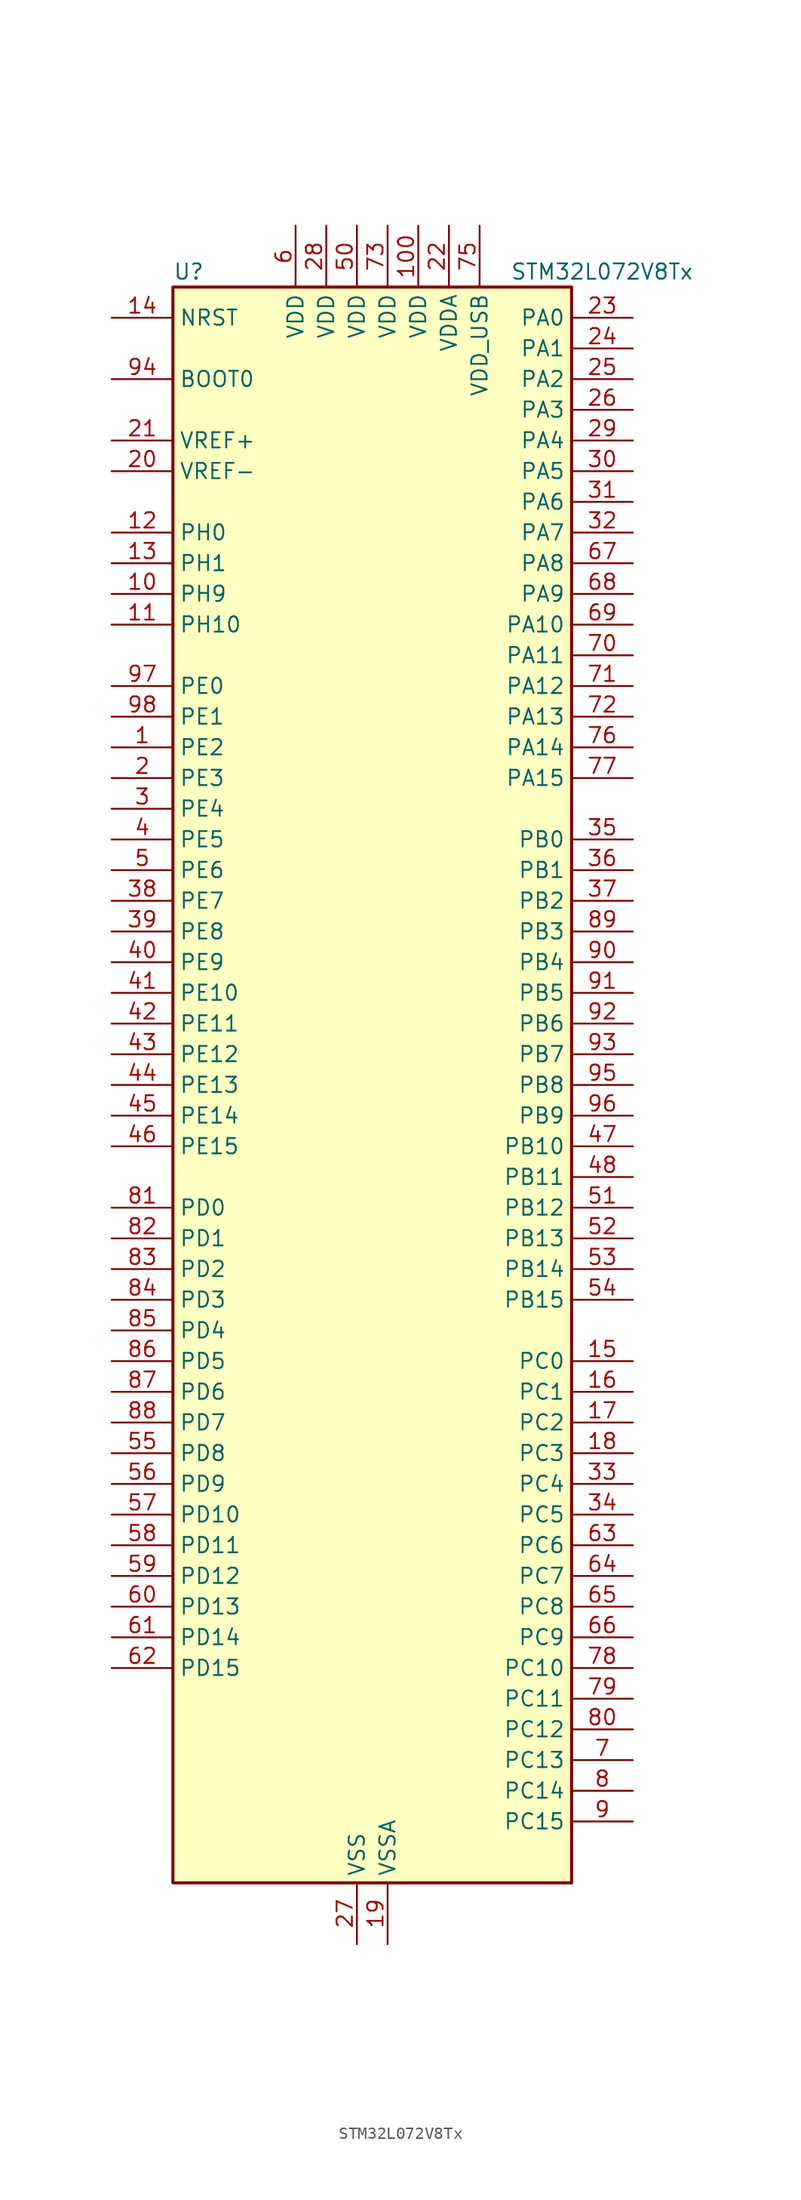
<source format=kicad_sym>
(kicad_symbol_lib
  (version 20231120)
  (generator "kicad_symbol_editor")
  (generator_version "8.0")
  (symbol "STM32L072V8Tx"
    (property "Reference" "U"
      (at -15.24 67.31 0)
      (effects (font (size 1.27 1.27)) (justify left)))
    (property "Value" "STM32L072V8Tx"
      (at 12.7 67.31 0)
      (effects (font (size 1.27 1.27)) (justify left)))
    (property "ki_locked" ""
      (at 0 0 0)
      (effects (font (size 1.27 1.27))))
    (symbol "STM32L072V8Tx_0_1"
      (rectangle (start -15.24 -66.04) (end 17.78 66.04) (stroke (width 0.254) (type default)) (fill (type background))))
    (symbol "STM32L072V8Tx_1_1"
      (pin bidirectional line (at -20.32 27.94 0) (length 5.08) (name "PE2" (effects (font (size 1.27 1.27)))) (number "1" (effects (font (size 1.27 1.27)))) (alternate "TIM3_ETR" bidirectional line))
      (pin bidirectional line (at -20.32 40.64 0) (length 5.08) (name "PH9" (effects (font (size 1.27 1.27)))) (number "10" (effects (font (size 1.27 1.27)))) (alternate "DAC_EXTI9" bidirectional line))
      (pin power_in line (at 5.08 71.12 270) (length 5.08) (name "VDD" (effects (font (size 1.27 1.27)))) (number "100" (effects (font (size 1.27 1.27)))))
      (pin bidirectional line (at -20.32 38.1 0) (length 5.08) (name "PH10" (effects (font (size 1.27 1.27)))) (number "11" (effects (font (size 1.27 1.27)))))
      (pin bidirectional line (at -20.32 45.72 0) (length 5.08) (name "PH0" (effects (font (size 1.27 1.27)))) (number "12" (effects (font (size 1.27 1.27)))) (alternate "CRS_SYNC" bidirectional line) (alternate "RCC_OSC_IN" bidirectional line))
      (pin bidirectional line (at -20.32 43.18 0) (length 5.08) (name "PH1" (effects (font (size 1.27 1.27)))) (number "13" (effects (font (size 1.27 1.27)))) (alternate "RCC_OSC_OUT" bidirectional line))
      (pin input line (at -20.32 63.5 0) (length 5.08) (name "NRST" (effects (font (size 1.27 1.27)))) (number "14" (effects (font (size 1.27 1.27)))))
      (pin bidirectional line (at 22.86 -22.86 180) (length 5.08) (name "PC0" (effects (font (size 1.27 1.27)))) (number "15" (effects (font (size 1.27 1.27)))) (alternate "ADC_IN10" bidirectional line) (alternate "I2C3_SCL" bidirectional line) (alternate "LPTIM1_IN1" bidirectional line) (alternate "LPUART1_RX" bidirectional line) (alternate "TSC_G7_IO1" bidirectional line))
      (pin bidirectional line (at 22.86 -25.4 180) (length 5.08) (name "PC1" (effects (font (size 1.27 1.27)))) (number "16" (effects (font (size 1.27 1.27)))) (alternate "ADC_IN11" bidirectional line) (alternate "I2C3_SDA" bidirectional line) (alternate "LPTIM1_OUT" bidirectional line) (alternate "LPUART1_TX" bidirectional line) (alternate "TSC_G7_IO2" bidirectional line))
      (pin bidirectional line (at 22.86 -27.94 180) (length 5.08) (name "PC2" (effects (font (size 1.27 1.27)))) (number "17" (effects (font (size 1.27 1.27)))) (alternate "ADC_IN12" bidirectional line) (alternate "I2S2_MCK" bidirectional line) (alternate "LPTIM1_IN2" bidirectional line) (alternate "SPI2_MISO" bidirectional line) (alternate "TSC_G7_IO3" bidirectional line))
      (pin bidirectional line (at 22.86 -30.48 180) (length 5.08) (name "PC3" (effects (font (size 1.27 1.27)))) (number "18" (effects (font (size 1.27 1.27)))) (alternate "ADC_IN13" bidirectional line) (alternate "I2S2_SD" bidirectional line) (alternate "LPTIM1_ETR" bidirectional line) (alternate "SPI2_MOSI" bidirectional line) (alternate "TSC_G7_IO4" bidirectional line))
      (pin power_in line (at 2.54 -71.12 90) (length 5.08) (name "VSSA" (effects (font (size 1.27 1.27)))) (number "19" (effects (font (size 1.27 1.27)))))
      (pin bidirectional line (at -20.32 25.4 0) (length 5.08) (name "PE3" (effects (font (size 1.27 1.27)))) (number "2" (effects (font (size 1.27 1.27)))) (alternate "TIM22_CH1" bidirectional line) (alternate "TIM3_CH1" bidirectional line))
      (pin input line (at -20.32 50.8 0) (length 5.08) (name "VREF-" (effects (font (size 1.27 1.27)))) (number "20" (effects (font (size 1.27 1.27)))))
      (pin input line (at -20.32 53.34 0) (length 5.08) (name "VREF+" (effects (font (size 1.27 1.27)))) (number "21" (effects (font (size 1.27 1.27)))))
      (pin power_in line (at 7.62 71.12 270) (length 5.08) (name "VDDA" (effects (font (size 1.27 1.27)))) (number "22" (effects (font (size 1.27 1.27)))))
      (pin bidirectional line (at 22.86 63.5 180) (length 5.08) (name "PA0" (effects (font (size 1.27 1.27)))) (number "23" (effects (font (size 1.27 1.27)))) (alternate "ADC_IN0" bidirectional line) (alternate "COMP1_INM" bidirectional line) (alternate "COMP1_OUT" bidirectional line) (alternate "RTC_TAMP2" bidirectional line) (alternate "SYS_WKUP1" bidirectional line) (alternate "TIM2_CH1" bidirectional line) (alternate "TIM2_ETR" bidirectional line) (alternate "TSC_G1_IO1" bidirectional line) (alternate "USART2_CTS" bidirectional line) (alternate "USART4_TX" bidirectional line))
      (pin bidirectional line (at 22.86 60.96 180) (length 5.08) (name "PA1" (effects (font (size 1.27 1.27)))) (number "24" (effects (font (size 1.27 1.27)))) (alternate "ADC_IN1" bidirectional line) (alternate "COMP1_INP" bidirectional line) (alternate "TIM21_ETR" bidirectional line) (alternate "TIM2_CH2" bidirectional line) (alternate "TSC_G1_IO2" bidirectional line) (alternate "USART2_DE" bidirectional line) (alternate "USART2_RTS" bidirectional line) (alternate "USART4_RX" bidirectional line))
      (pin bidirectional line (at 22.86 58.42 180) (length 5.08) (name "PA2" (effects (font (size 1.27 1.27)))) (number "25" (effects (font (size 1.27 1.27)))) (alternate "ADC_IN2" bidirectional line) (alternate "COMP2_INM" bidirectional line) (alternate "COMP2_OUT" bidirectional line) (alternate "LPUART1_TX" bidirectional line) (alternate "TIM21_CH1" bidirectional line) (alternate "TIM2_CH3" bidirectional line) (alternate "TSC_G1_IO3" bidirectional line) (alternate "USART2_TX" bidirectional line))
      (pin bidirectional line (at 22.86 55.88 180) (length 5.08) (name "PA3" (effects (font (size 1.27 1.27)))) (number "26" (effects (font (size 1.27 1.27)))) (alternate "ADC_IN3" bidirectional line) (alternate "COMP2_INP" bidirectional line) (alternate "LPUART1_RX" bidirectional line) (alternate "TIM21_CH2" bidirectional line) (alternate "TIM2_CH4" bidirectional line) (alternate "TSC_G1_IO4" bidirectional line) (alternate "USART2_RX" bidirectional line))
      (pin power_in line (at 0 -71.12 90) (length 5.08) (name "VSS" (effects (font (size 1.27 1.27)))) (number "27" (effects (font (size 1.27 1.27)))))
      (pin power_in line (at -2.54 71.12 270) (length 5.08) (name "VDD" (effects (font (size 1.27 1.27)))) (number "28" (effects (font (size 1.27 1.27)))))
      (pin bidirectional line (at 22.86 53.34 180) (length 5.08) (name "PA4" (effects (font (size 1.27 1.27)))) (number "29" (effects (font (size 1.27 1.27)))) (alternate "ADC_IN4" bidirectional line) (alternate "COMP1_INM" bidirectional line) (alternate "COMP2_INM" bidirectional line) (alternate "DAC_OUT1" bidirectional line) (alternate "SPI1_NSS" bidirectional line) (alternate "TIM22_ETR" bidirectional line) (alternate "TSC_G2_IO1" bidirectional line) (alternate "USART2_CK" bidirectional line))
      (pin bidirectional line (at -20.32 22.86 0) (length 5.08) (name "PE4" (effects (font (size 1.27 1.27)))) (number "3" (effects (font (size 1.27 1.27)))) (alternate "TIM22_CH2" bidirectional line) (alternate "TIM3_CH2" bidirectional line))
      (pin bidirectional line (at 22.86 50.8 180) (length 5.08) (name "PA5" (effects (font (size 1.27 1.27)))) (number "30" (effects (font (size 1.27 1.27)))) (alternate "ADC_IN5" bidirectional line) (alternate "COMP1_INM" bidirectional line) (alternate "COMP2_INM" bidirectional line) (alternate "DAC_OUT2" bidirectional line) (alternate "SPI1_SCK" bidirectional line) (alternate "TIM2_CH1" bidirectional line) (alternate "TIM2_ETR" bidirectional line) (alternate "TSC_G2_IO2" bidirectional line))
      (pin bidirectional line (at 22.86 48.26 180) (length 5.08) (name "PA6" (effects (font (size 1.27 1.27)))) (number "31" (effects (font (size 1.27 1.27)))) (alternate "ADC_IN6" bidirectional line) (alternate "COMP1_OUT" bidirectional line) (alternate "LPUART1_CTS" bidirectional line) (alternate "SPI1_MISO" bidirectional line) (alternate "TIM22_CH1" bidirectional line) (alternate "TIM3_CH1" bidirectional line) (alternate "TSC_G2_IO3" bidirectional line))
      (pin bidirectional line (at 22.86 45.72 180) (length 5.08) (name "PA7" (effects (font (size 1.27 1.27)))) (number "32" (effects (font (size 1.27 1.27)))) (alternate "ADC_IN7" bidirectional line) (alternate "COMP2_OUT" bidirectional line) (alternate "SPI1_MOSI" bidirectional line) (alternate "TIM22_CH2" bidirectional line) (alternate "TIM3_CH2" bidirectional line) (alternate "TSC_G2_IO4" bidirectional line))
      (pin bidirectional line (at 22.86 -33.02 180) (length 5.08) (name "PC4" (effects (font (size 1.27 1.27)))) (number "33" (effects (font (size 1.27 1.27)))) (alternate "ADC_IN14" bidirectional line) (alternate "LPUART1_TX" bidirectional line))
      (pin bidirectional line (at 22.86 -35.56 180) (length 5.08) (name "PC5" (effects (font (size 1.27 1.27)))) (number "34" (effects (font (size 1.27 1.27)))) (alternate "ADC_IN15" bidirectional line) (alternate "LPUART1_RX" bidirectional line) (alternate "TSC_G3_IO1" bidirectional line))
      (pin bidirectional line (at 22.86 20.32 180) (length 5.08) (name "PB0" (effects (font (size 1.27 1.27)))) (number "35" (effects (font (size 1.27 1.27)))) (alternate "ADC_IN8" bidirectional line) (alternate "SYS_VREF_OUT_PB0" bidirectional line) (alternate "TIM3_CH3" bidirectional line) (alternate "TSC_G3_IO2" bidirectional line))
      (pin bidirectional line (at 22.86 17.78 180) (length 5.08) (name "PB1" (effects (font (size 1.27 1.27)))) (number "36" (effects (font (size 1.27 1.27)))) (alternate "ADC_IN9" bidirectional line) (alternate "LPUART1_DE" bidirectional line) (alternate "LPUART1_RTS" bidirectional line) (alternate "SYS_VREF_OUT_PB1" bidirectional line) (alternate "TIM3_CH4" bidirectional line) (alternate "TSC_G3_IO3" bidirectional line))
      (pin bidirectional line (at 22.86 15.24 180) (length 5.08) (name "PB2" (effects (font (size 1.27 1.27)))) (number "37" (effects (font (size 1.27 1.27)))) (alternate "I2C3_SMBA" bidirectional line) (alternate "LPTIM1_OUT" bidirectional line) (alternate "TSC_G3_IO4" bidirectional line))
      (pin bidirectional line (at -20.32 15.24 0) (length 5.08) (name "PE7" (effects (font (size 1.27 1.27)))) (number "38" (effects (font (size 1.27 1.27)))) (alternate "USART5_CK" bidirectional line) (alternate "USART5_DE" bidirectional line) (alternate "USART5_RTS" bidirectional line))
      (pin bidirectional line (at -20.32 12.7 0) (length 5.08) (name "PE8" (effects (font (size 1.27 1.27)))) (number "39" (effects (font (size 1.27 1.27)))) (alternate "USART4_TX" bidirectional line))
      (pin bidirectional line (at -20.32 20.32 0) (length 5.08) (name "PE5" (effects (font (size 1.27 1.27)))) (number "4" (effects (font (size 1.27 1.27)))) (alternate "TIM21_CH1" bidirectional line) (alternate "TIM3_CH3" bidirectional line))
      (pin bidirectional line (at -20.32 10.16 0) (length 5.08) (name "PE9" (effects (font (size 1.27 1.27)))) (number "40" (effects (font (size 1.27 1.27)))) (alternate "DAC_EXTI9" bidirectional line) (alternate "TIM2_CH1" bidirectional line) (alternate "TIM2_ETR" bidirectional line) (alternate "USART4_RX" bidirectional line))
      (pin bidirectional line (at -20.32 7.62 0) (length 5.08) (name "PE10" (effects (font (size 1.27 1.27)))) (number "41" (effects (font (size 1.27 1.27)))) (alternate "TIM2_CH2" bidirectional line) (alternate "USART5_TX" bidirectional line))
      (pin bidirectional line (at -20.32 5.08 0) (length 5.08) (name "PE11" (effects (font (size 1.27 1.27)))) (number "42" (effects (font (size 1.27 1.27)))) (alternate "ADC_EXTI11" bidirectional line) (alternate "TIM2_CH3" bidirectional line) (alternate "USART5_RX" bidirectional line))
      (pin bidirectional line (at -20.32 2.54 0) (length 5.08) (name "PE12" (effects (font (size 1.27 1.27)))) (number "43" (effects (font (size 1.27 1.27)))) (alternate "SPI1_NSS" bidirectional line) (alternate "TIM2_CH4" bidirectional line))
      (pin bidirectional line (at -20.32 0 0) (length 5.08) (name "PE13" (effects (font (size 1.27 1.27)))) (number "44" (effects (font (size 1.27 1.27)))) (alternate "SPI1_SCK" bidirectional line))
      (pin bidirectional line (at -20.32 -2.54 0) (length 5.08) (name "PE14" (effects (font (size 1.27 1.27)))) (number "45" (effects (font (size 1.27 1.27)))) (alternate "SPI1_MISO" bidirectional line))
      (pin bidirectional line (at -20.32 -5.08 0) (length 5.08) (name "PE15" (effects (font (size 1.27 1.27)))) (number "46" (effects (font (size 1.27 1.27)))) (alternate "SPI1_MOSI" bidirectional line))
      (pin bidirectional line (at 22.86 -5.08 180) (length 5.08) (name "PB10" (effects (font (size 1.27 1.27)))) (number "47" (effects (font (size 1.27 1.27)))) (alternate "I2C2_SCL" bidirectional line) (alternate "LPUART1_RX" bidirectional line) (alternate "LPUART1_TX" bidirectional line) (alternate "SPI2_SCK" bidirectional line) (alternate "TIM2_CH3" bidirectional line) (alternate "TSC_SYNC" bidirectional line))
      (pin bidirectional line (at 22.86 -7.62 180) (length 5.08) (name "PB11" (effects (font (size 1.27 1.27)))) (number "48" (effects (font (size 1.27 1.27)))) (alternate "ADC_EXTI11" bidirectional line) (alternate "I2C2_SDA" bidirectional line) (alternate "LPUART1_RX" bidirectional line) (alternate "LPUART1_TX" bidirectional line) (alternate "TIM2_CH4" bidirectional line) (alternate "TSC_G6_IO1" bidirectional line))
      (pin passive line (at 0 -71.12 90) (length 5.08) hide (name "VSS" (effects (font (size 1.27 1.27)))) (number "49" (effects (font (size 1.27 1.27)))))
      (pin bidirectional line (at -20.32 17.78 0) (length 5.08) (name "PE6" (effects (font (size 1.27 1.27)))) (number "5" (effects (font (size 1.27 1.27)))) (alternate "RTC_TAMP3" bidirectional line) (alternate "SYS_WKUP3" bidirectional line) (alternate "TIM21_CH2" bidirectional line) (alternate "TIM3_CH4" bidirectional line))
      (pin power_in line (at 0 71.12 270) (length 5.08) (name "VDD" (effects (font (size 1.27 1.27)))) (number "50" (effects (font (size 1.27 1.27)))))
      (pin bidirectional line (at 22.86 -10.16 180) (length 5.08) (name "PB12" (effects (font (size 1.27 1.27)))) (number "51" (effects (font (size 1.27 1.27)))) (alternate "I2S2_WS" bidirectional line) (alternate "LPUART1_DE" bidirectional line) (alternate "LPUART1_RTS" bidirectional line) (alternate "SPI2_NSS" bidirectional line) (alternate "TSC_G6_IO2" bidirectional line))
      (pin bidirectional line (at 22.86 -12.7 180) (length 5.08) (name "PB13" (effects (font (size 1.27 1.27)))) (number "52" (effects (font (size 1.27 1.27)))) (alternate "I2C2_SCL" bidirectional line) (alternate "I2S2_CK" bidirectional line) (alternate "LPUART1_CTS" bidirectional line) (alternate "RCC_MCO" bidirectional line) (alternate "SPI2_SCK" bidirectional line) (alternate "TIM21_CH1" bidirectional line) (alternate "TSC_G6_IO3" bidirectional line))
      (pin bidirectional line (at 22.86 -15.24 180) (length 5.08) (name "PB14" (effects (font (size 1.27 1.27)))) (number "53" (effects (font (size 1.27 1.27)))) (alternate "I2C2_SDA" bidirectional line) (alternate "I2S2_MCK" bidirectional line) (alternate "LPUART1_DE" bidirectional line) (alternate "LPUART1_RTS" bidirectional line) (alternate "RTC_OUT_ALARM" bidirectional line) (alternate "RTC_OUT_CALIB" bidirectional line) (alternate "SPI2_MISO" bidirectional line) (alternate "TIM21_CH2" bidirectional line) (alternate "TSC_G6_IO4" bidirectional line))
      (pin bidirectional line (at 22.86 -17.78 180) (length 5.08) (name "PB15" (effects (font (size 1.27 1.27)))) (number "54" (effects (font (size 1.27 1.27)))) (alternate "I2S2_SD" bidirectional line) (alternate "RTC_REFIN" bidirectional line) (alternate "SPI2_MOSI" bidirectional line))
      (pin bidirectional line (at -20.32 -30.48 0) (length 5.08) (name "PD8" (effects (font (size 1.27 1.27)))) (number "55" (effects (font (size 1.27 1.27)))) (alternate "LPUART1_TX" bidirectional line))
      (pin bidirectional line (at -20.32 -33.02 0) (length 5.08) (name "PD9" (effects (font (size 1.27 1.27)))) (number "56" (effects (font (size 1.27 1.27)))) (alternate "DAC_EXTI9" bidirectional line) (alternate "LPUART1_RX" bidirectional line))
      (pin bidirectional line (at -20.32 -35.56 0) (length 5.08) (name "PD10" (effects (font (size 1.27 1.27)))) (number "57" (effects (font (size 1.27 1.27)))))
      (pin bidirectional line (at -20.32 -38.1 0) (length 5.08) (name "PD11" (effects (font (size 1.27 1.27)))) (number "58" (effects (font (size 1.27 1.27)))) (alternate "ADC_EXTI11" bidirectional line) (alternate "LPUART1_CTS" bidirectional line))
      (pin bidirectional line (at -20.32 -40.64 0) (length 5.08) (name "PD12" (effects (font (size 1.27 1.27)))) (number "59" (effects (font (size 1.27 1.27)))) (alternate "LPUART1_DE" bidirectional line) (alternate "LPUART1_RTS" bidirectional line))
      (pin power_in line (at -5.08 71.12 270) (length 5.08) (name "VDD" (effects (font (size 1.27 1.27)))) (number "6" (effects (font (size 1.27 1.27)))))
      (pin bidirectional line (at -20.32 -43.18 0) (length 5.08) (name "PD13" (effects (font (size 1.27 1.27)))) (number "60" (effects (font (size 1.27 1.27)))))
      (pin bidirectional line (at -20.32 -45.72 0) (length 5.08) (name "PD14" (effects (font (size 1.27 1.27)))) (number "61" (effects (font (size 1.27 1.27)))))
      (pin bidirectional line (at -20.32 -48.26 0) (length 5.08) (name "PD15" (effects (font (size 1.27 1.27)))) (number "62" (effects (font (size 1.27 1.27)))) (alternate "CRS_SYNC" bidirectional line))
      (pin bidirectional line (at 22.86 -38.1 180) (length 5.08) (name "PC6" (effects (font (size 1.27 1.27)))) (number "63" (effects (font (size 1.27 1.27)))) (alternate "TIM22_CH1" bidirectional line) (alternate "TIM3_CH1" bidirectional line) (alternate "TSC_G8_IO1" bidirectional line))
      (pin bidirectional line (at 22.86 -40.64 180) (length 5.08) (name "PC7" (effects (font (size 1.27 1.27)))) (number "64" (effects (font (size 1.27 1.27)))) (alternate "TIM22_CH2" bidirectional line) (alternate "TIM3_CH2" bidirectional line) (alternate "TSC_G8_IO2" bidirectional line))
      (pin bidirectional line (at 22.86 -43.18 180) (length 5.08) (name "PC8" (effects (font (size 1.27 1.27)))) (number "65" (effects (font (size 1.27 1.27)))) (alternate "TIM22_ETR" bidirectional line) (alternate "TIM3_CH3" bidirectional line) (alternate "TSC_G8_IO3" bidirectional line))
      (pin bidirectional line (at 22.86 -45.72 180) (length 5.08) (name "PC9" (effects (font (size 1.27 1.27)))) (number "66" (effects (font (size 1.27 1.27)))) (alternate "DAC_EXTI9" bidirectional line) (alternate "I2C3_SDA" bidirectional line) (alternate "TIM21_ETR" bidirectional line) (alternate "TIM3_CH4" bidirectional line) (alternate "TSC_G8_IO4" bidirectional line) (alternate "USB_NOE" bidirectional line))
      (pin bidirectional line (at 22.86 43.18 180) (length 5.08) (name "PA8" (effects (font (size 1.27 1.27)))) (number "67" (effects (font (size 1.27 1.27)))) (alternate "CRS_SYNC" bidirectional line) (alternate "I2C3_SCL" bidirectional line) (alternate "RCC_MCO" bidirectional line) (alternate "USART1_CK" bidirectional line))
      (pin bidirectional line (at 22.86 40.64 180) (length 5.08) (name "PA9" (effects (font (size 1.27 1.27)))) (number "68" (effects (font (size 1.27 1.27)))) (alternate "DAC_EXTI9" bidirectional line) (alternate "I2C1_SCL" bidirectional line) (alternate "I2C3_SMBA" bidirectional line) (alternate "RCC_MCO" bidirectional line) (alternate "TSC_G4_IO1" bidirectional line) (alternate "USART1_TX" bidirectional line))
      (pin bidirectional line (at 22.86 38.1 180) (length 5.08) (name "PA10" (effects (font (size 1.27 1.27)))) (number "69" (effects (font (size 1.27 1.27)))) (alternate "I2C1_SDA" bidirectional line) (alternate "TSC_G4_IO2" bidirectional line) (alternate "USART1_RX" bidirectional line))
      (pin bidirectional line (at 22.86 -55.88 180) (length 5.08) (name "PC13" (effects (font (size 1.27 1.27)))) (number "7" (effects (font (size 1.27 1.27)))) (alternate "RTC_OUT_ALARM" bidirectional line) (alternate "RTC_OUT_CALIB" bidirectional line) (alternate "RTC_TAMP1" bidirectional line) (alternate "RTC_TS" bidirectional line) (alternate "SYS_WKUP2" bidirectional line))
      (pin bidirectional line (at 22.86 35.56 180) (length 5.08) (name "PA11" (effects (font (size 1.27 1.27)))) (number "70" (effects (font (size 1.27 1.27)))) (alternate "ADC_EXTI11" bidirectional line) (alternate "COMP1_OUT" bidirectional line) (alternate "SPI1_MISO" bidirectional line) (alternate "TSC_G4_IO3" bidirectional line) (alternate "USART1_CTS" bidirectional line) (alternate "USB_DM" bidirectional line))
      (pin bidirectional line (at 22.86 33.02 180) (length 5.08) (name "PA12" (effects (font (size 1.27 1.27)))) (number "71" (effects (font (size 1.27 1.27)))) (alternate "COMP2_OUT" bidirectional line) (alternate "SPI1_MOSI" bidirectional line) (alternate "TSC_G4_IO4" bidirectional line) (alternate "USART1_DE" bidirectional line) (alternate "USART1_RTS" bidirectional line) (alternate "USB_DP" bidirectional line))
      (pin bidirectional line (at 22.86 30.48 180) (length 5.08) (name "PA13" (effects (font (size 1.27 1.27)))) (number "72" (effects (font (size 1.27 1.27)))) (alternate "LPUART1_RX" bidirectional line) (alternate "SYS_SWDIO" bidirectional line) (alternate "USB_NOE" bidirectional line))
      (pin power_in line (at 2.54 71.12 270) (length 5.08) (name "VDD" (effects (font (size 1.27 1.27)))) (number "73" (effects (font (size 1.27 1.27)))))
      (pin passive line (at 0 -71.12 90) (length 5.08) hide (name "VSS" (effects (font (size 1.27 1.27)))) (number "74" (effects (font (size 1.27 1.27)))))
      (pin power_in line (at 10.16 71.12 270) (length 5.08) (name "VDD_USB" (effects (font (size 1.27 1.27)))) (number "75" (effects (font (size 1.27 1.27)))))
      (pin bidirectional line (at 22.86 27.94 180) (length 5.08) (name "PA14" (effects (font (size 1.27 1.27)))) (number "76" (effects (font (size 1.27 1.27)))) (alternate "LPUART1_TX" bidirectional line) (alternate "SYS_SWCLK" bidirectional line) (alternate "USART2_TX" bidirectional line))
      (pin bidirectional line (at 22.86 25.4 180) (length 5.08) (name "PA15" (effects (font (size 1.27 1.27)))) (number "77" (effects (font (size 1.27 1.27)))) (alternate "SPI1_NSS" bidirectional line) (alternate "TIM2_CH1" bidirectional line) (alternate "TIM2_ETR" bidirectional line) (alternate "USART2_RX" bidirectional line) (alternate "USART4_DE" bidirectional line) (alternate "USART4_RTS" bidirectional line))
      (pin bidirectional line (at 22.86 -48.26 180) (length 5.08) (name "PC10" (effects (font (size 1.27 1.27)))) (number "78" (effects (font (size 1.27 1.27)))) (alternate "LPUART1_TX" bidirectional line) (alternate "USART4_TX" bidirectional line))
      (pin bidirectional line (at 22.86 -50.8 180) (length 5.08) (name "PC11" (effects (font (size 1.27 1.27)))) (number "79" (effects (font (size 1.27 1.27)))) (alternate "ADC_EXTI11" bidirectional line) (alternate "LPUART1_RX" bidirectional line) (alternate "USART4_RX" bidirectional line))
      (pin bidirectional line (at 22.86 -58.42 180) (length 5.08) (name "PC14" (effects (font (size 1.27 1.27)))) (number "8" (effects (font (size 1.27 1.27)))) (alternate "RCC_OSC32_IN" bidirectional line))
      (pin bidirectional line (at 22.86 -53.34 180) (length 5.08) (name "PC12" (effects (font (size 1.27 1.27)))) (number "80" (effects (font (size 1.27 1.27)))) (alternate "USART4_CK" bidirectional line) (alternate "USART5_TX" bidirectional line))
      (pin bidirectional line (at -20.32 -10.16 0) (length 5.08) (name "PD0" (effects (font (size 1.27 1.27)))) (number "81" (effects (font (size 1.27 1.27)))) (alternate "I2S2_WS" bidirectional line) (alternate "SPI2_NSS" bidirectional line) (alternate "TIM21_CH1" bidirectional line))
      (pin bidirectional line (at -20.32 -12.7 0) (length 5.08) (name "PD1" (effects (font (size 1.27 1.27)))) (number "82" (effects (font (size 1.27 1.27)))) (alternate "I2S2_CK" bidirectional line) (alternate "SPI2_SCK" bidirectional line))
      (pin bidirectional line (at -20.32 -15.24 0) (length 5.08) (name "PD2" (effects (font (size 1.27 1.27)))) (number "83" (effects (font (size 1.27 1.27)))) (alternate "LPUART1_DE" bidirectional line) (alternate "LPUART1_RTS" bidirectional line) (alternate "TIM3_ETR" bidirectional line) (alternate "USART5_RX" bidirectional line))
      (pin bidirectional line (at -20.32 -17.78 0) (length 5.08) (name "PD3" (effects (font (size 1.27 1.27)))) (number "84" (effects (font (size 1.27 1.27)))) (alternate "I2S2_MCK" bidirectional line) (alternate "SPI2_MISO" bidirectional line) (alternate "USART2_CTS" bidirectional line))
      (pin bidirectional line (at -20.32 -20.32 0) (length 5.08) (name "PD4" (effects (font (size 1.27 1.27)))) (number "85" (effects (font (size 1.27 1.27)))) (alternate "I2S2_SD" bidirectional line) (alternate "SPI2_MOSI" bidirectional line) (alternate "USART2_DE" bidirectional line) (alternate "USART2_RTS" bidirectional line))
      (pin bidirectional line (at -20.32 -22.86 0) (length 5.08) (name "PD5" (effects (font (size 1.27 1.27)))) (number "86" (effects (font (size 1.27 1.27)))) (alternate "USART2_TX" bidirectional line))
      (pin bidirectional line (at -20.32 -25.4 0) (length 5.08) (name "PD6" (effects (font (size 1.27 1.27)))) (number "87" (effects (font (size 1.27 1.27)))) (alternate "USART2_RX" bidirectional line))
      (pin bidirectional line (at -20.32 -27.94 0) (length 5.08) (name "PD7" (effects (font (size 1.27 1.27)))) (number "88" (effects (font (size 1.27 1.27)))) (alternate "TIM21_CH2" bidirectional line) (alternate "USART2_CK" bidirectional line))
      (pin bidirectional line (at 22.86 12.7 180) (length 5.08) (name "PB3" (effects (font (size 1.27 1.27)))) (number "89" (effects (font (size 1.27 1.27)))) (alternate "COMP2_INM" bidirectional line) (alternate "SPI1_SCK" bidirectional line) (alternate "TIM2_CH2" bidirectional line) (alternate "TSC_G5_IO1" bidirectional line) (alternate "USART1_DE" bidirectional line) (alternate "USART1_RTS" bidirectional line) (alternate "USART5_TX" bidirectional line))
      (pin bidirectional line (at 22.86 -60.96 180) (length 5.08) (name "PC15" (effects (font (size 1.27 1.27)))) (number "9" (effects (font (size 1.27 1.27)))) (alternate "RCC_OSC32_OUT" bidirectional line))
      (pin bidirectional line (at 22.86 10.16 180) (length 5.08) (name "PB4" (effects (font (size 1.27 1.27)))) (number "90" (effects (font (size 1.27 1.27)))) (alternate "COMP2_INP" bidirectional line) (alternate "I2C3_SDA" bidirectional line) (alternate "SPI1_MISO" bidirectional line) (alternate "TIM22_CH1" bidirectional line) (alternate "TIM3_CH1" bidirectional line) (alternate "TSC_G5_IO2" bidirectional line) (alternate "USART1_CTS" bidirectional line) (alternate "USART5_RX" bidirectional line))
      (pin bidirectional line (at 22.86 7.62 180) (length 5.08) (name "PB5" (effects (font (size 1.27 1.27)))) (number "91" (effects (font (size 1.27 1.27)))) (alternate "COMP2_INP" bidirectional line) (alternate "I2C1_SMBA" bidirectional line) (alternate "LPTIM1_IN1" bidirectional line) (alternate "SPI1_MOSI" bidirectional line) (alternate "TIM22_CH2" bidirectional line) (alternate "TIM3_CH2" bidirectional line) (alternate "USART1_CK" bidirectional line) (alternate "USART5_CK" bidirectional line) (alternate "USART5_DE" bidirectional line) (alternate "USART5_RTS" bidirectional line))
      (pin bidirectional line (at 22.86 5.08 180) (length 5.08) (name "PB6" (effects (font (size 1.27 1.27)))) (number "92" (effects (font (size 1.27 1.27)))) (alternate "COMP2_INP" bidirectional line) (alternate "I2C1_SCL" bidirectional line) (alternate "LPTIM1_ETR" bidirectional line) (alternate "TSC_G5_IO3" bidirectional line) (alternate "USART1_TX" bidirectional line))
      (pin bidirectional line (at 22.86 2.54 180) (length 5.08) (name "PB7" (effects (font (size 1.27 1.27)))) (number "93" (effects (font (size 1.27 1.27)))) (alternate "COMP2_INP" bidirectional line) (alternate "I2C1_SDA" bidirectional line) (alternate "LPTIM1_IN2" bidirectional line) (alternate "SYS_PVD_IN" bidirectional line) (alternate "TSC_G5_IO4" bidirectional line) (alternate "USART1_RX" bidirectional line) (alternate "USART4_CTS" bidirectional line))
      (pin input line (at -20.32 58.42 0) (length 5.08) (name "BOOT0" (effects (font (size 1.27 1.27)))) (number "94" (effects (font (size 1.27 1.27)))))
      (pin bidirectional line (at 22.86 0 180) (length 5.08) (name "PB8" (effects (font (size 1.27 1.27)))) (number "95" (effects (font (size 1.27 1.27)))) (alternate "I2C1_SCL" bidirectional line) (alternate "TSC_SYNC" bidirectional line))
      (pin bidirectional line (at 22.86 -2.54 180) (length 5.08) (name "PB9" (effects (font (size 1.27 1.27)))) (number "96" (effects (font (size 1.27 1.27)))) (alternate "DAC_EXTI9" bidirectional line) (alternate "I2C1_SDA" bidirectional line) (alternate "I2S2_WS" bidirectional line) (alternate "SPI2_NSS" bidirectional line))
      (pin bidirectional line (at -20.32 33.02 0) (length 5.08) (name "PE0" (effects (font (size 1.27 1.27)))) (number "97" (effects (font (size 1.27 1.27)))))
      (pin bidirectional line (at -20.32 30.48 0) (length 5.08) (name "PE1" (effects (font (size 1.27 1.27)))) (number "98" (effects (font (size 1.27 1.27)))))
      (pin passive line (at 0 -71.12 90) (length 5.08) hide (name "VSS" (effects (font (size 1.27 1.27)))) (number "99" (effects (font (size 1.27 1.27))))))))
</source>
